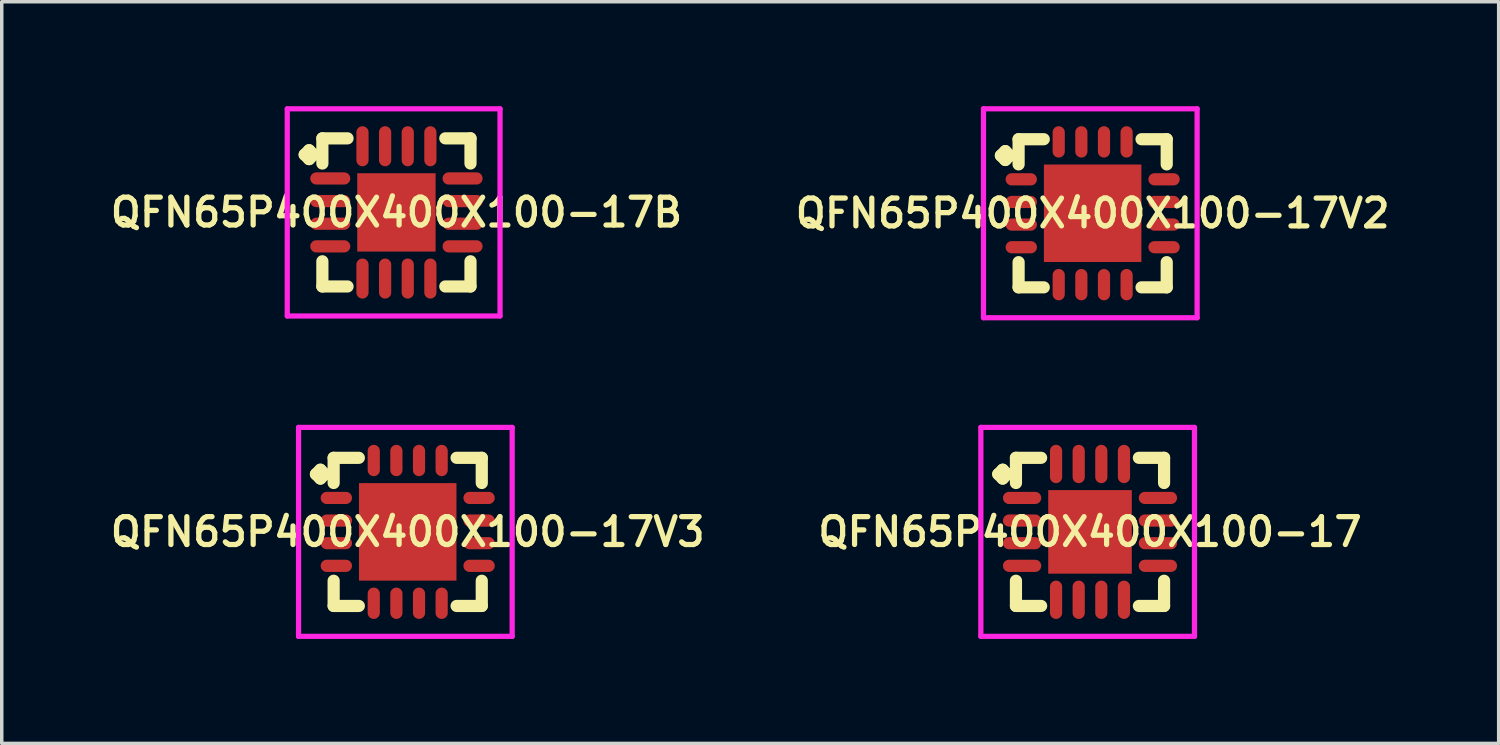
<source format=kicad_pcb>
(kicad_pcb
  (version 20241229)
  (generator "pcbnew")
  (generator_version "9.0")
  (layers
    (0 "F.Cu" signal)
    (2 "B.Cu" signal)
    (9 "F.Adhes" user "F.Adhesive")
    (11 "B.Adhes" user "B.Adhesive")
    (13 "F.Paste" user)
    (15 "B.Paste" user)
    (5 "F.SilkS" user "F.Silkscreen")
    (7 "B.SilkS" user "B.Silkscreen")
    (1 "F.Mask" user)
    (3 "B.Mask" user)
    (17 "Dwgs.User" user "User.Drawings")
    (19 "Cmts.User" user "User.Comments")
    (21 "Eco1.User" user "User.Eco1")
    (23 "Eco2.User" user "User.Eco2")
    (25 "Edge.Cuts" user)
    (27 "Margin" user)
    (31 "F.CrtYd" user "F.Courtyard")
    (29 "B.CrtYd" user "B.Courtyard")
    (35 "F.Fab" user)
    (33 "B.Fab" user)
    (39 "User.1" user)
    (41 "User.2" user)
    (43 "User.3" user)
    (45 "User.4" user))
  (footprint "QFN65P400X400X100-17"
    (layer "F.Cu")
    (at 28.254 12.225)
    (property "Reference" "QFN65P400X400X100-17" (at 0 0 0) (layer "F.SilkS") (effects (font (size 0.8 0.8) (thickness 0.15))))
    (attr smd)
    (fp_line (start -2.635 -1.658) (end -2.508 -1.785) (stroke (width 0.35) (type solid)) (layer "F.SilkS"))
    (fp_line (start -2.508 -1.785) (end -2.381 -1.658) (stroke (width 0.35) (type solid)) (layer "F.SilkS"))
    (fp_line (start -2.508 -1.531) (end -2.635 -1.658) (stroke (width 0.35) (type solid)) (layer "F.SilkS"))
    (fp_line (start -2.381 -1.658) (end -2.508 -1.531) (stroke (width 0.35) (type solid)) (layer "F.SilkS"))
    (fp_line (start -2.127 -2.127) (end -1.404 -2.127) (stroke (width 0.35) (type solid)) (layer "F.SilkS"))
    (fp_line (start -2.127 -1.404) (end -2.127 -2.127) (stroke (width 0.35) (type solid)) (layer "F.SilkS"))
    (fp_line (start -2.127 1.404) (end -2.127 2.127) (stroke (width 0.35) (type solid)) (layer "F.SilkS"))
    (fp_line (start -2.127 2.127) (end -1.404 2.127) (stroke (width 0.35) (type solid)) (layer "F.SilkS"))
    (fp_line (start 1.404 -2.127) (end 2.127 -2.127) (stroke (width 0.35) (type solid)) (layer "F.SilkS"))
    (fp_line (start 1.404 2.127) (end 2.127 2.127) (stroke (width 0.35) (type solid)) (layer "F.SilkS"))
    (fp_line (start 2.127 -2.127) (end 2.127 -1.404) (stroke (width 0.35) (type solid)) (layer "F.SilkS"))
    (fp_line (start 2.127 2.127) (end 2.127 1.404) (stroke (width 0.35) (type solid)) (layer "F.SilkS"))
    (fp_line (start -3.135 -3) (end 3 -3) (stroke (width 0.15) (type solid)) (layer "F.CrtYd"))
    (fp_line (start -3.135 3) (end -3.135 -3) (stroke (width 0.15) (type solid)) (layer "F.CrtYd"))
    (fp_line (start 3 -3) (end 3 3) (stroke (width 0.15) (type solid)) (layer "F.CrtYd"))
    (fp_line (start 3 3) (end -3.135 3) (stroke (width 0.15) (type solid)) (layer "F.CrtYd"))
    (pad "1" smd oval (at -1.95 -0.975) (size 1.1 0.35) (layers "F.Cu" "F.Mask" "F.Paste"))
    (pad "2" smd oval (at -1.95 -0.325) (size 1.1 0.35) (layers "F.Cu" "F.Mask" "F.Paste"))
    (pad "3" smd oval (at -1.95 0.325) (size 1.1 0.35) (layers "F.Cu" "F.Mask" "F.Paste"))
    (pad "4" smd oval (at -1.95 0.975) (size 1.1 0.35) (layers "F.Cu" "F.Mask" "F.Paste"))
    (pad "5" smd oval (at -0.975 1.95) (size 0.35 1.1) (layers "F.Cu" "F.Mask" "F.Paste"))
    (pad "6" smd oval (at -0.325 1.95) (size 0.35 1.1) (layers "F.Cu" "F.Mask" "F.Paste"))
    (pad "7" smd oval (at 0.325 1.95) (size 0.35 1.1) (layers "F.Cu" "F.Mask" "F.Paste"))
    (pad "8" smd oval (at 0.975 1.95) (size 0.35 1.1) (layers "F.Cu" "F.Mask" "F.Paste"))
    (pad "9" smd oval (at 1.95 0.975) (size 1.1 0.35) (layers "F.Cu" "F.Mask" "F.Paste"))
    (pad "10" smd oval (at 1.95 0.325) (size 1.1 0.35) (layers "F.Cu" "F.Mask" "F.Paste"))
    (pad "11" smd oval (at 1.95 -0.325) (size 1.1 0.35) (layers "F.Cu" "F.Mask" "F.Paste"))
    (pad "12" smd oval (at 1.95 -0.975) (size 1.1 0.35) (layers "F.Cu" "F.Mask" "F.Paste"))
    (pad "13" smd oval (at 0.975 -1.95) (size 0.35 1.1) (layers "F.Cu" "F.Mask" "F.Paste"))
    (pad "14" smd oval (at 0.325 -1.95) (size 0.35 1.1) (layers "F.Cu" "F.Mask" "F.Paste"))
    (pad "15" smd oval (at -0.325 -1.95) (size 0.35 1.1) (layers "F.Cu" "F.Mask" "F.Paste"))
    (pad "16" smd oval (at -0.975 -1.95) (size 0.35 1.1) (layers "F.Cu" "F.Mask" "F.Paste"))
    (pad "17" smd rect (at 0 0) (size 2.4 2.4) (layers "F.Cu" "F.Mask" "F.Paste")))
  (footprint "QFN65P400X400X100-17B"
    (layer "F.Cu")
    (at 8.335 3.05)
    (property "Reference" "QFN65P400X400X100-17B" (at 0 0 0) (layer "F.SilkS") (effects (font (size 0.8 0.8) (thickness 0.15))))
    (attr smd)
    (fp_line (start -2.635 -1.658) (end -2.508 -1.785) (stroke (width 0.35) (type solid)) (layer "F.SilkS"))
    (fp_line (start -2.508 -1.785) (end -2.381 -1.658) (stroke (width 0.35) (type solid)) (layer "F.SilkS"))
    (fp_line (start -2.508 -1.531) (end -2.635 -1.658) (stroke (width 0.35) (type solid)) (layer "F.SilkS"))
    (fp_line (start -2.381 -1.658) (end -2.508 -1.531) (stroke (width 0.35) (type solid)) (layer "F.SilkS"))
    (fp_line (start -2.127 -2.127) (end -1.404 -2.127) (stroke (width 0.35) (type solid)) (layer "F.SilkS"))
    (fp_line (start -2.127 -1.404) (end -2.127 -2.127) (stroke (width 0.35) (type solid)) (layer "F.SilkS"))
    (fp_line (start -2.127 1.404) (end -2.127 2.127) (stroke (width 0.35) (type solid)) (layer "F.SilkS"))
    (fp_line (start -2.127 2.127) (end -1.404 2.127) (stroke (width 0.35) (type solid)) (layer "F.SilkS"))
    (fp_line (start 1.404 -2.127) (end 2.127 -2.127) (stroke (width 0.35) (type solid)) (layer "F.SilkS"))
    (fp_line (start 1.404 2.127) (end 2.127 2.127) (stroke (width 0.35) (type solid)) (layer "F.SilkS"))
    (fp_line (start 2.127 -2.127) (end 2.127 -1.404) (stroke (width 0.35) (type solid)) (layer "F.SilkS"))
    (fp_line (start 2.127 2.127) (end 2.127 1.404) (stroke (width 0.35) (type solid)) (layer "F.SilkS"))
    (fp_line (start -3.135 -2.975) (end 2.975 -2.975) (stroke (width 0.15) (type solid)) (layer "F.CrtYd"))
    (fp_line (start -3.135 2.975) (end -3.135 -2.975) (stroke (width 0.15) (type solid)) (layer "F.CrtYd"))
    (fp_line (start 2.975 -2.975) (end 2.975 2.975) (stroke (width 0.15) (type solid)) (layer "F.CrtYd"))
    (fp_line (start 2.975 2.975) (end -3.135 2.975) (stroke (width 0.15) (type solid)) (layer "F.CrtYd"))
    (pad "1" smd oval (at -1.9 -0.975) (size 1.15 0.35) (layers "F.Cu" "F.Mask" "F.Paste"))
    (pad "2" smd oval (at -1.9 -0.325) (size 1.15 0.35) (layers "F.Cu" "F.Mask" "F.Paste"))
    (pad "3" smd oval (at -1.9 0.325) (size 1.15 0.35) (layers "F.Cu" "F.Mask" "F.Paste"))
    (pad "4" smd oval (at -1.9 0.975) (size 1.15 0.35) (layers "F.Cu" "F.Mask" "F.Paste"))
    (pad "5" smd oval (at -0.975 1.9) (size 0.35 1.15) (layers "F.Cu" "F.Mask" "F.Paste"))
    (pad "6" smd oval (at -0.325 1.9) (size 0.35 1.15) (layers "F.Cu" "F.Mask" "F.Paste"))
    (pad "7" smd oval (at 0.325 1.9) (size 0.35 1.15) (layers "F.Cu" "F.Mask" "F.Paste"))
    (pad "8" smd oval (at 0.975 1.9) (size 0.35 1.15) (layers "F.Cu" "F.Mask" "F.Paste"))
    (pad "9" smd oval (at 1.9 0.975) (size 1.15 0.35) (layers "F.Cu" "F.Mask" "F.Paste"))
    (pad "10" smd oval (at 1.9 0.325) (size 1.15 0.35) (layers "F.Cu" "F.Mask" "F.Paste"))
    (pad "11" smd oval (at 1.9 -0.325) (size 1.15 0.35) (layers "F.Cu" "F.Mask" "F.Paste"))
    (pad "12" smd oval (at 1.9 -0.975) (size 1.15 0.35) (layers "F.Cu" "F.Mask" "F.Paste"))
    (pad "13" smd oval (at 0.975 -1.9) (size 0.35 1.15) (layers "F.Cu" "F.Mask" "F.Paste"))
    (pad "14" smd oval (at 0.325 -1.9) (size 0.35 1.15) (layers "F.Cu" "F.Mask" "F.Paste"))
    (pad "15" smd oval (at -0.325 -1.9) (size 0.35 1.15) (layers "F.Cu" "F.Mask" "F.Paste"))
    (pad "16" smd oval (at -0.975 -1.9) (size 0.35 1.15) (layers "F.Cu" "F.Mask" "F.Paste"))
    (pad "17" smd rect (at 0 0) (size 2.25 2.25) (layers "F.Cu" "F.Mask" "F.Paste")))
  (footprint "QFN65P400X400X100-17V2"
    (layer "F.Cu")
    (at 28.33 3.075)
    (property "Reference" "QFN65P400X400X100-17V2" (at 0 0 0) (layer "F.SilkS") (effects (font (size 0.8 0.8) (thickness 0.15))))
    (attr smd)
    (fp_line (start -2.635 -1.658) (end -2.508 -1.785) (stroke (width 0.35) (type solid)) (layer "F.SilkS"))
    (fp_line (start -2.508 -1.785) (end -2.381 -1.658) (stroke (width 0.35) (type solid)) (layer "F.SilkS"))
    (fp_line (start -2.508 -1.531) (end -2.635 -1.658) (stroke (width 0.35) (type solid)) (layer "F.SilkS"))
    (fp_line (start -2.381 -1.658) (end -2.508 -1.531) (stroke (width 0.35) (type solid)) (layer "F.SilkS"))
    (fp_line (start -2.127 -2.127) (end -1.404 -2.127) (stroke (width 0.35) (type solid)) (layer "F.SilkS"))
    (fp_line (start -2.127 -1.404) (end -2.127 -2.127) (stroke (width 0.35) (type solid)) (layer "F.SilkS"))
    (fp_line (start -2.127 1.404) (end -2.127 2.127) (stroke (width 0.35) (type solid)) (layer "F.SilkS"))
    (fp_line (start -2.127 2.127) (end -1.404 2.127) (stroke (width 0.35) (type solid)) (layer "F.SilkS"))
    (fp_line (start 1.404 -2.127) (end 2.127 -2.127) (stroke (width 0.35) (type solid)) (layer "F.SilkS"))
    (fp_line (start 1.404 2.127) (end 2.127 2.127) (stroke (width 0.35) (type solid)) (layer "F.SilkS"))
    (fp_line (start 2.127 -2.127) (end 2.127 -1.404) (stroke (width 0.35) (type solid)) (layer "F.SilkS"))
    (fp_line (start 2.127 2.127) (end 2.127 1.404) (stroke (width 0.35) (type solid)) (layer "F.SilkS"))
    (fp_line (start -3.135 -3) (end 3 -3) (stroke (width 0.15) (type solid)) (layer "F.CrtYd"))
    (fp_line (start -3.135 3) (end -3.135 -3) (stroke (width 0.15) (type solid)) (layer "F.CrtYd"))
    (fp_line (start 3 -3) (end 3 3) (stroke (width 0.15) (type solid)) (layer "F.CrtYd"))
    (fp_line (start 3 3) (end -3.135 3) (stroke (width 0.15) (type solid)) (layer "F.CrtYd"))
    (pad "1" smd oval (at -2.05 -0.975) (size 0.9 0.35) (layers "F.Cu" "F.Mask" "F.Paste"))
    (pad "2" smd oval (at -2.05 -0.325) (size 0.9 0.35) (layers "F.Cu" "F.Mask" "F.Paste"))
    (pad "3" smd oval (at -2.05 0.325) (size 0.9 0.35) (layers "F.Cu" "F.Mask" "F.Paste"))
    (pad "4" smd oval (at -2.05 0.975) (size 0.9 0.35) (layers "F.Cu" "F.Mask" "F.Paste"))
    (pad "5" smd oval (at -0.975 2.05) (size 0.35 0.9) (layers "F.Cu" "F.Mask" "F.Paste"))
    (pad "6" smd oval (at -0.325 2.05) (size 0.35 0.9) (layers "F.Cu" "F.Mask" "F.Paste"))
    (pad "7" smd oval (at 0.325 2.05) (size 0.35 0.9) (layers "F.Cu" "F.Mask" "F.Paste"))
    (pad "8" smd oval (at 0.975 2.05) (size 0.35 0.9) (layers "F.Cu" "F.Mask" "F.Paste"))
    (pad "9" smd oval (at 2.05 0.975) (size 0.9 0.35) (layers "F.Cu" "F.Mask" "F.Paste"))
    (pad "10" smd oval (at 2.05 0.325) (size 0.9 0.35) (layers "F.Cu" "F.Mask" "F.Paste"))
    (pad "11" smd oval (at 2.05 -0.325) (size 0.9 0.35) (layers "F.Cu" "F.Mask" "F.Paste"))
    (pad "12" smd oval (at 2.05 -0.975) (size 0.9 0.35) (layers "F.Cu" "F.Mask" "F.Paste"))
    (pad "13" smd oval (at 0.975 -2.05) (size 0.35 0.9) (layers "F.Cu" "F.Mask" "F.Paste"))
    (pad "14" smd oval (at 0.325 -2.05) (size 0.35 0.9) (layers "F.Cu" "F.Mask" "F.Paste"))
    (pad "15" smd oval (at -0.325 -2.05) (size 0.35 0.9) (layers "F.Cu" "F.Mask" "F.Paste"))
    (pad "16" smd oval (at -0.975 -2.05) (size 0.35 0.9) (layers "F.Cu" "F.Mask" "F.Paste"))
    (pad "17" smd rect (at 0 0) (size 2.8 2.8) (layers "F.Cu" "F.Mask" "F.Paste")))
  (footprint "QFN65P400X400X100-17V3"
    (layer "F.Cu")
    (at 8.659 12.225)
    (property "Reference" "QFN65P400X400X100-17V3" (at 0 0 0) (layer "F.SilkS") (effects (font (size 0.8 0.8) (thickness 0.15))))
    (attr through_hole)
    (fp_line (start -2.635 -1.658) (end -2.508 -1.785) (stroke (width 0.35) (type solid)) (layer "F.SilkS"))
    (fp_line (start -2.508 -1.785) (end -2.381 -1.658) (stroke (width 0.35) (type solid)) (layer "F.SilkS"))
    (fp_line (start -2.508 -1.531) (end -2.635 -1.658) (stroke (width 0.35) (type solid)) (layer "F.SilkS"))
    (fp_line (start -2.381 -1.658) (end -2.508 -1.531) (stroke (width 0.35) (type solid)) (layer "F.SilkS"))
    (fp_line (start -2.127 -2.127) (end -1.404 -2.127) (stroke (width 0.35) (type solid)) (layer "F.SilkS"))
    (fp_line (start -2.127 -1.404) (end -2.127 -2.127) (stroke (width 0.35) (type solid)) (layer "F.SilkS"))
    (fp_line (start -2.127 1.404) (end -2.127 2.127) (stroke (width 0.35) (type solid)) (layer "F.SilkS"))
    (fp_line (start -2.127 2.127) (end -1.404 2.127) (stroke (width 0.35) (type solid)) (layer "F.SilkS"))
    (fp_line (start 1.404 -2.127) (end 2.127 -2.127) (stroke (width 0.35) (type solid)) (layer "F.SilkS"))
    (fp_line (start 1.404 2.127) (end 2.127 2.127) (stroke (width 0.35) (type solid)) (layer "F.SilkS"))
    (fp_line (start 2.127 -2.127) (end 2.127 -1.404) (stroke (width 0.35) (type solid)) (layer "F.SilkS"))
    (fp_line (start 2.127 2.127) (end 2.127 1.404) (stroke (width 0.35) (type solid)) (layer "F.SilkS"))
    (fp_line (start -3.135 -3) (end 3 -3) (stroke (width 0.15) (type solid)) (layer "F.CrtYd"))
    (fp_line (start -3.135 3) (end -3.135 -3) (stroke (width 0.15) (type solid)) (layer "F.CrtYd"))
    (fp_line (start 3 -3) (end 3 3) (stroke (width 0.15) (type solid)) (layer "F.CrtYd"))
    (fp_line (start 3 3) (end -3.135 3) (stroke (width 0.15) (type solid)) (layer "F.CrtYd"))
    (pad "1" smd oval (at -2.05 -0.975) (size 0.9 0.35) (layers "F.Cu" "F.Mask" "F.Paste"))
    (pad "2" smd oval (at -2.05 -0.325) (size 0.9 0.35) (layers "F.Cu" "F.Mask" "F.Paste"))
    (pad "3" smd oval (at -2.05 0.325) (size 0.9 0.35) (layers "F.Cu" "F.Mask" "F.Paste"))
    (pad "4" smd oval (at -2.05 0.975) (size 0.9 0.35) (layers "F.Cu" "F.Mask" "F.Paste"))
    (pad "5" smd oval (at -0.975 2.05) (size 0.35 0.9) (layers "F.Cu" "F.Mask" "F.Paste"))
    (pad "6" smd oval (at -0.325 2.05) (size 0.35 0.9) (layers "F.Cu" "F.Mask" "F.Paste"))
    (pad "7" smd oval (at 0.325 2.05) (size 0.35 0.9) (layers "F.Cu" "F.Mask" "F.Paste"))
    (pad "8" smd oval (at 0.975 2.05) (size 0.35 0.9) (layers "F.Cu" "F.Mask" "F.Paste"))
    (pad "9" smd oval (at 2.05 0.975) (size 0.9 0.35) (layers "F.Cu" "F.Mask" "F.Paste"))
    (pad "10" smd oval (at 2.05 0.325) (size 0.9 0.35) (layers "F.Cu" "F.Mask" "F.Paste"))
    (pad "11" smd oval (at 2.05 -0.325) (size 0.9 0.35) (layers "F.Cu" "F.Mask" "F.Paste"))
    (pad "12" smd oval (at 2.05 -0.975) (size 0.9 0.35) (layers "F.Cu" "F.Mask" "F.Paste"))
    (pad "13" smd oval (at 0.975 -2.05) (size 0.35 0.9) (layers "F.Cu" "F.Mask" "F.Paste"))
    (pad "14" smd oval (at 0.325 -2.05) (size 0.35 0.9) (layers "F.Cu" "F.Mask" "F.Paste"))
    (pad "15" smd oval (at -0.325 -2.05) (size 0.35 0.9) (layers "F.Cu" "F.Mask" "F.Paste"))
    (pad "16" smd oval (at -0.975 -2.05) (size 0.35 0.9) (layers "F.Cu" "F.Mask" "F.Paste"))
    (pad "17" smd rect (at 0 0) (size 2.8 2.8) (layers "F.Cu" "F.Mask" "F.Paste")))
  (gr_rect
    (start -3 -3)
    (end 39.99 18.3)
    (stroke (width 0.1) (type default))
    (fill no)
    (layer "Edge.Cuts")))
</source>
